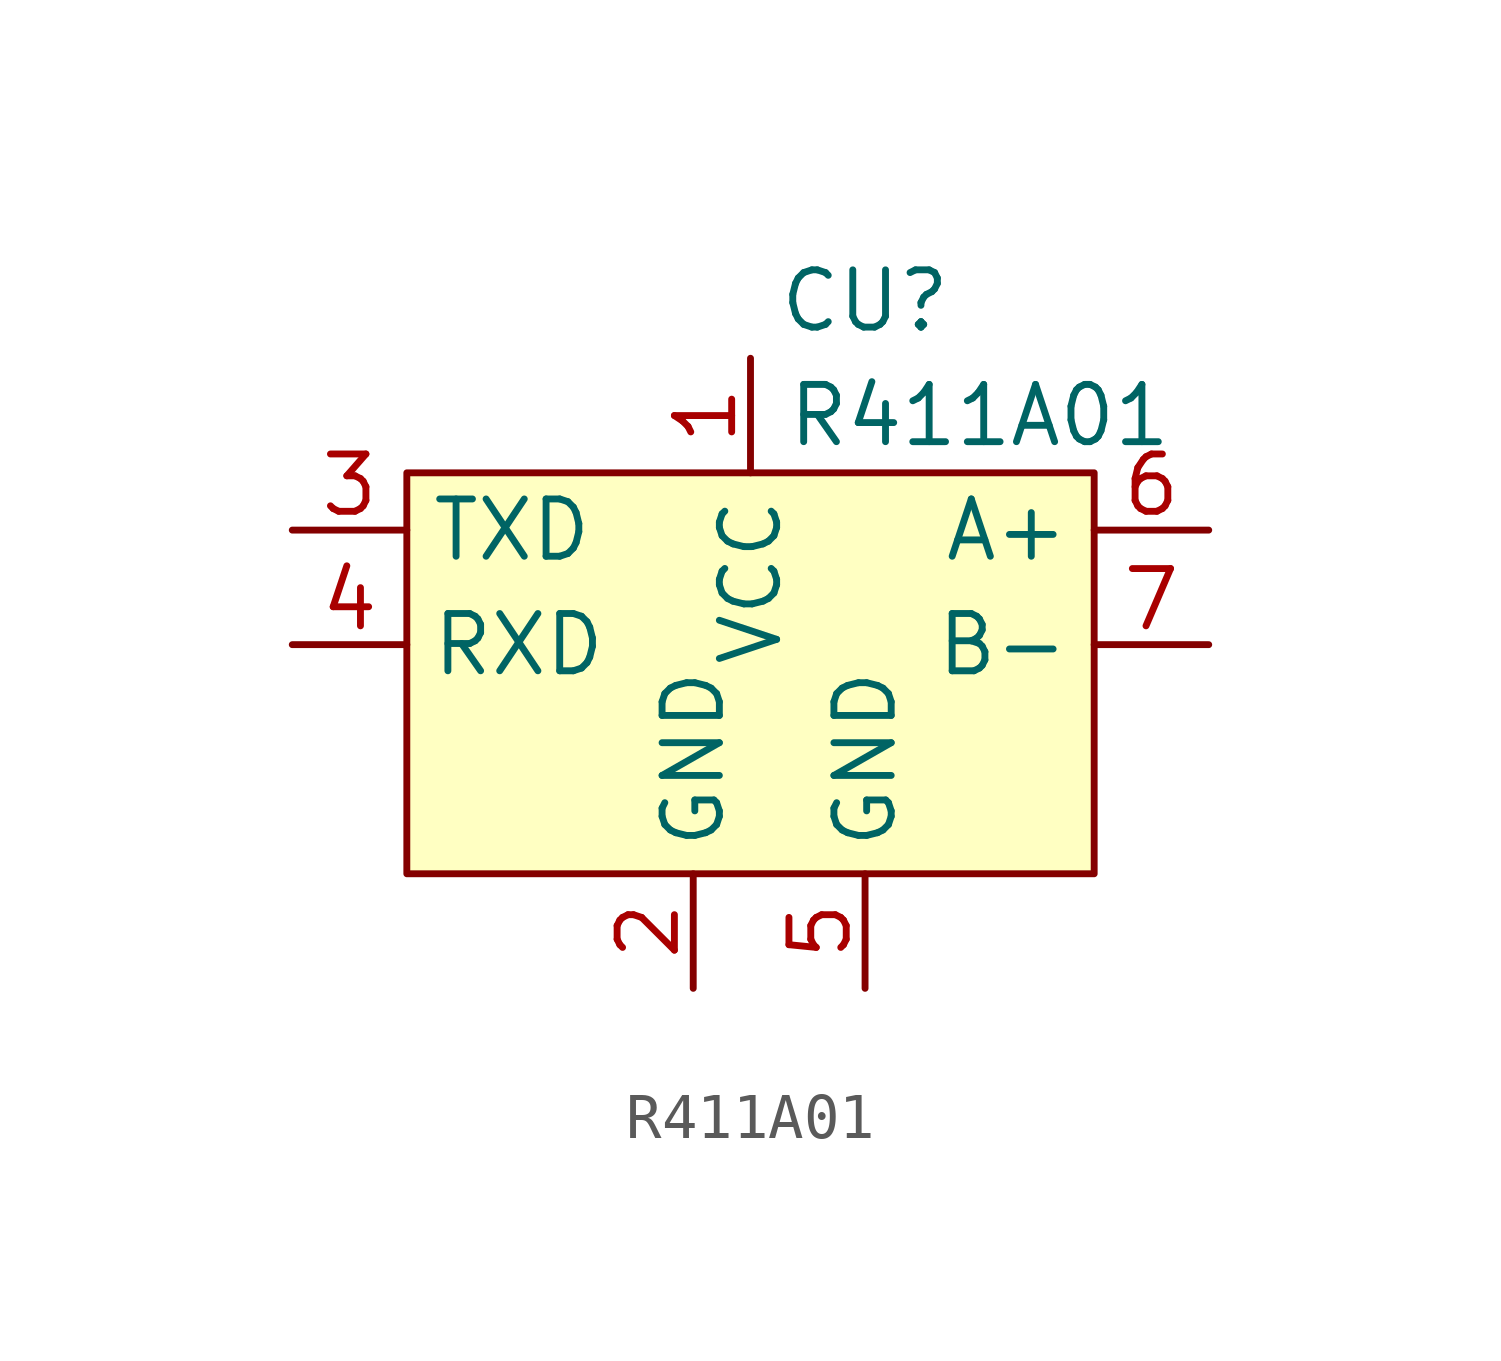
<source format=kicad_sym>
(kicad_symbol_lib
  (version 20211014)
  (generator kicad_symbol_editor)
  (symbol "R411A01"
    (property "Reference" "CU"
      (at 10.16 0 0)
      (effects (font (size 1.27 1.27))))
    (property "Value" "R411A01"
      (at 12.7 -2.54 0)
      (effects (font (size 1.27 1.27))))
    (symbol "R411A01_0_1"
      (rectangle (start 0 -3.81) (end 15.24 -12.7) (stroke (width 0) (type default) (color 0 0 0 0)) (fill (type background))))
    (symbol "R411A01_1_1"
      (pin power_in line (at 7.62 -1.27 270) (length 2.54) (name "VCC" (effects (font (size 1.27 1.27)))) (number "1" (effects (font (size 1.27 1.27)))))
      (pin power_in line (at 6.35 -15.24 90) (length 2.54) (name "GND" (effects (font (size 1.27 1.27)))) (number "2" (effects (font (size 1.27 1.27)))))
      (pin bidirectional line (at -2.54 -5.08 0) (length 2.54) (name "TXD" (effects (font (size 1.27 1.27)))) (number "3" (effects (font (size 1.27 1.27)))))
      (pin bidirectional line (at -2.54 -7.62 0) (length 2.54) (name "RXD" (effects (font (size 1.27 1.27)))) (number "4" (effects (font (size 1.27 1.27)))))
      (pin power_in line (at 10.16 -15.24 90) (length 2.54) (name "GND" (effects (font (size 1.27 1.27)))) (number "5" (effects (font (size 1.27 1.27)))))
      (pin bidirectional line (at 17.78 -5.08 180) (length 2.54) (name "A+" (effects (font (size 1.27 1.27)))) (number "6" (effects (font (size 1.27 1.27)))))
      (pin bidirectional line (at 17.78 -7.62 180) (length 2.54) (name "B-" (effects (font (size 1.27 1.27)))) (number "7" (effects (font (size 1.27 1.27))))))))
</source>
